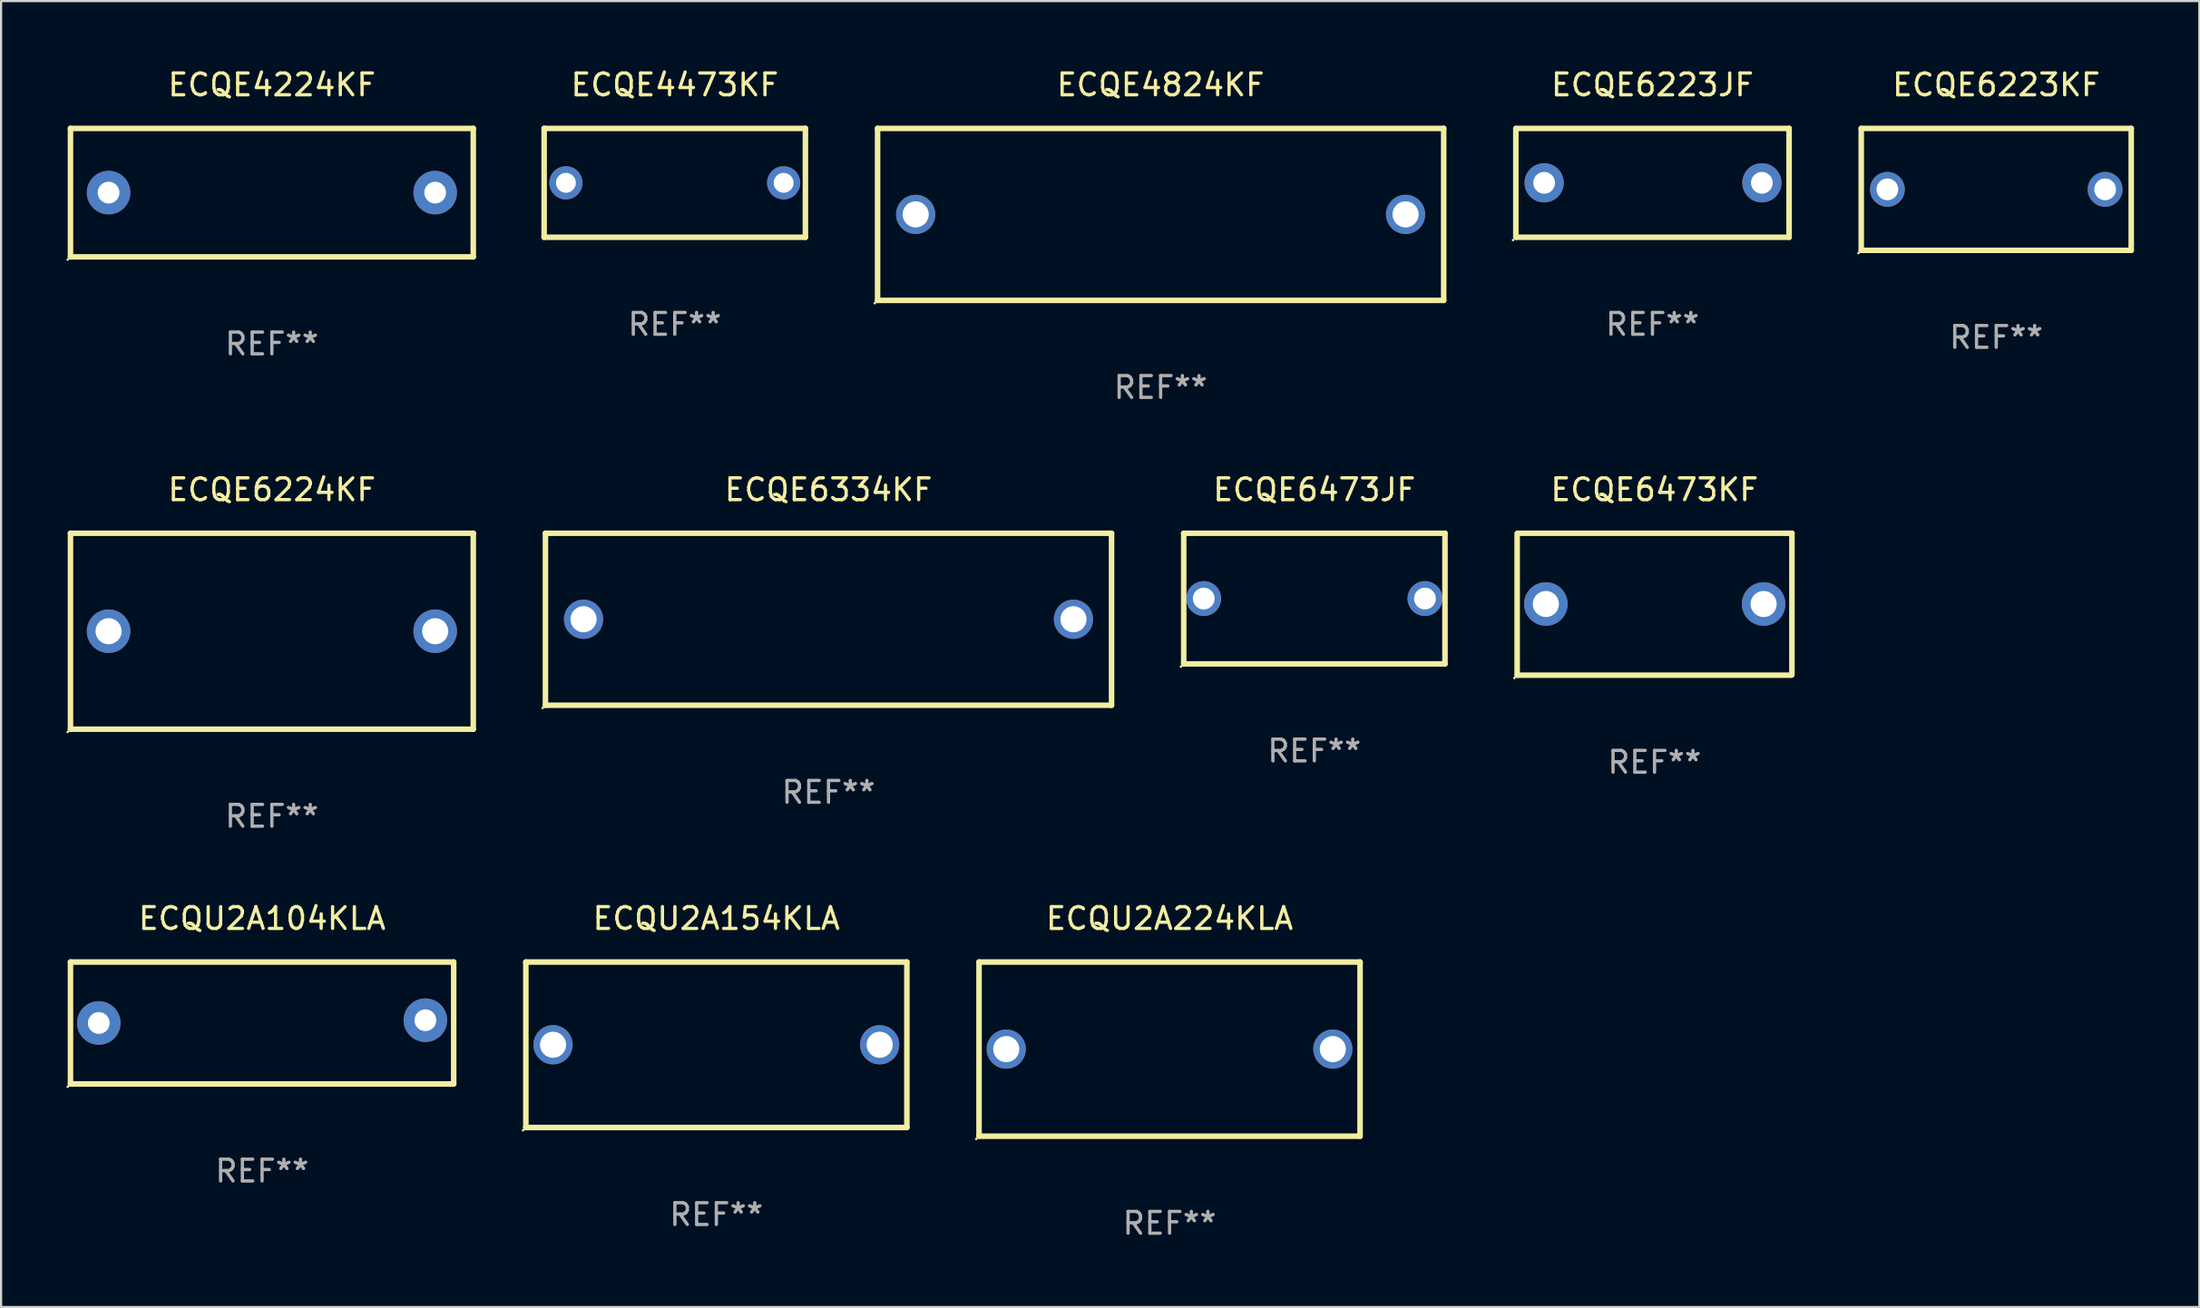
<source format=kicad_pcb>
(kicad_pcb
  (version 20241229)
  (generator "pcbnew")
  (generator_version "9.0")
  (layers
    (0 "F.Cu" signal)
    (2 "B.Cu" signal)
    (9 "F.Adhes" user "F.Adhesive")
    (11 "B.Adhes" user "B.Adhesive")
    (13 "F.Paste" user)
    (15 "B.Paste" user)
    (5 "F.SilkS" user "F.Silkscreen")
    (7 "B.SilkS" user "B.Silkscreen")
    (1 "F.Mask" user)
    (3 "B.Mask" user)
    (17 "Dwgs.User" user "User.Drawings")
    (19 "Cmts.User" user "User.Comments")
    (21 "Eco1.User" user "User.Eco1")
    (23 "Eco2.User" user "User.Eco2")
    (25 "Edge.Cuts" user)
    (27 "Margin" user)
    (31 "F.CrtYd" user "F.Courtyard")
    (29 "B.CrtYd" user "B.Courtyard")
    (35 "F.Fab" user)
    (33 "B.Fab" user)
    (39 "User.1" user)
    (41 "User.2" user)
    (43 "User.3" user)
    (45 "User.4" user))
  (footprint "ECQE6473KF"
    (layer "F.Cu")
    (at 72.939 24.705)
    (property "Reference" "ECQE6473KF" (at 0 -5.26 0) (layer "F.SilkS") (effects (font (size 1 1) (thickness 0.15))))
    (attr through_hole)
    (fp_line (start -6.31 3.26) (end -6.31 -3.24) (stroke (width 0.254) (type solid)) (layer "F.SilkS"))
    (fp_line (start -6.29 -3.26) (end 6.31 -3.26) (stroke (width 0.254) (type solid)) (layer "F.SilkS"))
    (fp_line (start 6.29 3.26) (end -6.31 3.26) (stroke (width 0.254) (type solid)) (layer "F.SilkS"))
    (fp_line (start 6.31 -3.26) (end 6.31 3.24) (stroke (width 0.254) (type solid)) (layer "F.SilkS"))
    (fp_circle (center -6.437 3.387) (end -6.407 3.387) (stroke (width 0.06) (type solid)) (fill no) (layer "F.SilkS"))
    (fp_text user "REF**" (at 0 7.26 0) (layer "F.Fab") (effects (font (size 1 1) (thickness 0.15))))
    (pad "1" thru_hole circle (at -4.99 -0.01) (size 2 2) (drill 1.2) (layers "*.Cu" "*.Mask"))
    (pad "2" thru_hole circle (at 5.01 -0.01) (size 2 2) (drill 1.2) (layers "*.Cu" "*.Mask")))
  (footprint "ECQE6334KF"
    (layer "F.Cu")
    (at 35.001 25.395)
    (property "Reference" "ECQE6334KF" (at 0 -5.95 0) (layer "F.SilkS") (effects (font (size 1 1) (thickness 0.15))))
    (attr through_hole)
    (fp_line (start -13 3.95) (end -13 -3.95) (stroke (width 0.254) (type solid)) (layer "F.SilkS"))
    (fp_line (start -13 -3.95) (end 13 -3.95) (stroke (width 0.254) (type solid)) (layer "F.SilkS"))
    (fp_line (start 13 3.95) (end -13 3.95) (stroke (width 0.254) (type solid)) (layer "F.SilkS"))
    (fp_line (start 13 -3.95) (end 13 3.95) (stroke (width 0.254) (type solid)) (layer "F.SilkS"))
    (fp_circle (center -13.127 4.077) (end -13.097 4.077) (stroke (width 0.06) (type solid)) (fill no) (layer "F.SilkS"))
    (fp_text user "REF**" (at 0 7.95 0) (layer "F.Fab") (effects (font (size 1 1) (thickness 0.15))))
    (pad "1" thru_hole circle (at -11.25 0) (size 1.8 1.8) (drill 1.2) (layers "*.Cu" "*.Mask"))
    (pad "2" thru_hole circle (at 11.25 0) (size 1.8 1.8) (drill 1.2) (layers "*.Cu" "*.Mask")))
  (footprint "ECQU2A224KLA"
    (layer "F.Cu")
    (at 50.665 45.141)
    (property "Reference" "ECQU2A224KLA" (at 0 -6 0) (layer "F.SilkS") (effects (font (size 1 1) (thickness 0.15))))
    (attr through_hole)
    (fp_line (start -8.75 -4) (end 8.75 -4) (stroke (width 0.254) (type solid)) (layer "F.SilkS"))
    (fp_line (start -8.75 4) (end -8.75 -4) (stroke (width 0.254) (type solid)) (layer "F.SilkS"))
    (fp_line (start 8.75 -4) (end 8.75 4) (stroke (width 0.254) (type solid)) (layer "F.SilkS"))
    (fp_line (start 8.75 4) (end -8.75 4) (stroke (width 0.254) (type solid)) (layer "F.SilkS"))
    (fp_circle (center -8.877 4.127) (end -8.847 4.127) (stroke (width 0.06) (type solid)) (fill no) (layer "F.SilkS"))
    (fp_text user "REF**" (at 0 8 0) (layer "F.Fab") (effects (font (size 1 1) (thickness 0.15))))
    (pad "1" thru_hole circle (at -7.5 0) (size 1.8 1.8) (drill 1.2) (layers "*.Cu" "*.Mask"))
    (pad "2" thru_hole circle (at 7.5 0) (size 1.8 1.8) (drill 1.2) (layers "*.Cu" "*.Mask")))
  (footprint "ECQE4824KF"
    (layer "F.Cu")
    (at 50.255 6.798)
    (property "Reference" "ECQE4824KF" (at 0 -5.95 0) (layer "F.SilkS") (effects (font (size 1 1) (thickness 0.15))))
    (attr through_hole)
    (fp_line (start -13 3.95) (end -13 -3.95) (stroke (width 0.254) (type solid)) (layer "F.SilkS"))
    (fp_line (start -13 -3.95) (end 13 -3.95) (stroke (width 0.254) (type solid)) (layer "F.SilkS"))
    (fp_line (start 13 3.95) (end -13 3.95) (stroke (width 0.254) (type solid)) (layer "F.SilkS"))
    (fp_line (start 13 -3.95) (end 13 3.95) (stroke (width 0.254) (type solid)) (layer "F.SilkS"))
    (fp_circle (center -13.127 4.077) (end -13.097 4.077) (stroke (width 0.06) (type solid)) (fill no) (layer "F.SilkS"))
    (fp_text user "REF**" (at 0 7.95 0) (layer "F.Fab") (effects (font (size 1 1) (thickness 0.15))))
    (pad "1" thru_hole circle (at -11.25 0) (size 1.8 1.8) (drill 1.2) (layers "*.Cu" "*.Mask"))
    (pad "2" thru_hole circle (at 11.25 0) (size 1.8 1.8) (drill 1.2) (layers "*.Cu" "*.Mask")))
  (footprint "ECQE6223JF"
    (layer "F.Cu")
    (at 72.844 5.348)
    (property "Reference" "ECQE6223JF" (at 0 -4.5 0) (layer "F.SilkS") (effects (font (size 1 1) (thickness 0.15))))
    (attr through_hole)
    (fp_line (start -6.275 -2.5) (end -6.275 2.5) (stroke (width 0.254) (type solid)) (layer "F.SilkS"))
    (fp_line (start -6.225 -2.5) (end 6.275 -2.5) (stroke (width 0.254) (type solid)) (layer "F.SilkS"))
    (fp_line (start -6.225 2.5) (end 6.275 2.5) (stroke (width 0.254) (type solid)) (layer "F.SilkS"))
    (fp_line (start 6.275 -2.5) (end 6.275 2.5) (stroke (width 0.254) (type solid)) (layer "F.SilkS"))
    (fp_circle (center -6.402 2.627) (end -6.372 2.627) (stroke (width 0.06) (type solid)) (fill no) (layer "F.SilkS"))
    (fp_text user "REF**" (at 0 6.5 0) (layer "F.Fab") (effects (font (size 1 1) (thickness 0.15))))
    (pad "1" thru_hole circle (at -4.975 0) (size 1.8 1.8) (drill 1) (layers "*.Cu" "*.Mask"))
    (pad "2" thru_hole circle (at 5.025 0) (size 1.8 1.8) (drill 1) (layers "*.Cu" "*.Mask")))
  (footprint "ECQU2A154KLA"
    (layer "F.Cu")
    (at 29.851 44.941)
    (property "Reference" "ECQU2A154KLA" (at 0 -5.8 0) (layer "F.SilkS") (effects (font (size 1 1) (thickness 0.15))))
    (attr through_hole)
    (fp_line (start -8.75 -3.8) (end 8.75 -3.8) (stroke (width 0.254) (type solid)) (layer "F.SilkS"))
    (fp_line (start -8.75 3.8) (end -8.75 -3.8) (stroke (width 0.254) (type solid)) (layer "F.SilkS"))
    (fp_line (start 8.75 -3.8) (end 8.75 3.8) (stroke (width 0.254) (type solid)) (layer "F.SilkS"))
    (fp_line (start 8.75 3.8) (end -8.75 3.8) (stroke (width 0.254) (type solid)) (layer "F.SilkS"))
    (fp_circle (center -8.877 3.927) (end -8.847 3.927) (stroke (width 0.06) (type solid)) (fill no) (layer "F.SilkS"))
    (fp_text user "REF**" (at 0 7.8 0) (layer "F.Fab") (effects (font (size 1 1) (thickness 0.15))))
    (pad "1" thru_hole circle (at -7.501 0) (size 1.8 1.8) (drill 1.2) (layers "*.Cu" "*.Mask"))
    (pad "2" thru_hole circle (at 7.501 0) (size 1.8 1.8) (drill 1.2) (layers "*.Cu" "*.Mask")))
  (footprint "ECQE6223KF"
    (layer "F.Cu")
    (at 88.633 5.648)
    (property "Reference" "ECQE6223KF" (at 0 -4.8 0) (layer "F.SilkS") (effects (font (size 1 1) (thickness 0.15))))
    (attr through_hole)
    (fp_line (start -6.2 -2.8) (end 6.2 -2.8) (stroke (width 0.254) (type solid)) (layer "F.SilkS"))
    (fp_line (start -6.2 2.8) (end -6.2 -2.8) (stroke (width 0.254) (type solid)) (layer "F.SilkS"))
    (fp_line (start 6.2 -2.8) (end 6.2 2.8) (stroke (width 0.254) (type solid)) (layer "F.SilkS"))
    (fp_line (start 6.2 2.8) (end -6.2 2.8) (stroke (width 0.254) (type solid)) (layer "F.SilkS"))
    (fp_circle (center -6.327 2.927) (end -6.297 2.927) (stroke (width 0.06) (type solid)) (fill no) (layer "F.SilkS"))
    (fp_text user "REF**" (at 0 6.8 0) (layer "F.Fab") (effects (font (size 1 1) (thickness 0.15))))
    (pad "1" thru_hole circle (at -5 0) (size 1.6 1.6) (drill 1) (layers "*.Cu" "*.Mask"))
    (pad "2" thru_hole circle (at 5 0) (size 1.6 1.6) (drill 1) (layers "*.Cu" "*.Mask")))
  (footprint "ECQE4224KF"
    (layer "F.Cu")
    (at 9.437 5.798)
    (property "Reference" "ECQE4224KF" (at 0 -4.95 0) (layer "F.SilkS") (effects (font (size 1 1) (thickness 0.15))))
    (attr through_hole)
    (fp_line (start -9.25 -2.95) (end 9.25 -2.95) (stroke (width 0.254) (type solid)) (layer "F.SilkS"))
    (fp_line (start -9.25 2.95) (end -9.25 -2.95) (stroke (width 0.254) (type solid)) (layer "F.SilkS"))
    (fp_line (start 9.25 -2.95) (end 9.25 2.95) (stroke (width 0.254) (type solid)) (layer "F.SilkS"))
    (fp_line (start 9.25 2.95) (end -9.25 2.95) (stroke (width 0.254) (type solid)) (layer "F.SilkS"))
    (fp_circle (center -9.377 3.077) (end -9.347 3.077) (stroke (width 0.06) (type solid)) (fill no) (layer "F.SilkS"))
    (fp_text user "REF**" (at 0 6.95 0) (layer "F.Fab") (effects (font (size 1 1) (thickness 0.15))))
    (pad "1" thru_hole circle (at -7.5 0) (size 2 2) (drill 1) (layers "*.Cu" "*.Mask"))
    (pad "2" thru_hole circle (at 7.5 0) (size 2 2) (drill 1) (layers "*.Cu" "*.Mask")))
  (footprint "ECQE6224KF"
    (layer "F.Cu")
    (at 9.437 25.945)
    (property "Reference" "ECQE6224KF" (at 0 -6.5 0) (layer "F.SilkS") (effects (font (size 1 1) (thickness 0.15))))
    (attr through_hole)
    (fp_line (start -9.25 -4.5) (end 9.25 -4.5) (stroke (width 0.254) (type solid)) (layer "F.SilkS"))
    (fp_line (start -9.25 4.5) (end -9.25 -4.5) (stroke (width 0.254) (type solid)) (layer "F.SilkS"))
    (fp_line (start 9.25 -4.5) (end 9.25 4.5) (stroke (width 0.254) (type solid)) (layer "F.SilkS"))
    (fp_line (start 9.25 4.5) (end -9.25 4.5) (stroke (width 0.254) (type solid)) (layer "F.SilkS"))
    (fp_circle (center -9.377 4.627) (end -9.347 4.627) (stroke (width 0.06) (type solid)) (fill no) (layer "F.SilkS"))
    (fp_text user "REF**" (at 0 8.5 0) (layer "F.Fab") (effects (font (size 1 1) (thickness 0.15))))
    (pad "1" thru_hole circle (at -7.5 0) (size 2 2) (drill 1.2) (layers "*.Cu" "*.Mask"))
    (pad "2" thru_hole circle (at 7.5 0) (size 2 2) (drill 1.2) (layers "*.Cu" "*.Mask")))
  (footprint "ECQU2A104KLA"
    (layer "F.Cu")
    (at 8.987 43.941)
    (property "Reference" "ECQU2A104KLA" (at 0 -4.8 0) (layer "F.SilkS") (effects (font (size 1 1) (thickness 0.15))))
    (attr through_hole)
    (fp_line (start -8.8 -2.8) (end 8.8 -2.8) (stroke (width 0.254) (type solid)) (layer "F.SilkS"))
    (fp_line (start -8.8 2.8) (end -8.8 -2.8) (stroke (width 0.254) (type solid)) (layer "F.SilkS"))
    (fp_line (start 8.8 -2.8) (end 8.8 2.8) (stroke (width 0.254) (type solid)) (layer "F.SilkS"))
    (fp_line (start 8.8 2.8) (end -8.8 2.8) (stroke (width 0.254) (type solid)) (layer "F.SilkS"))
    (fp_circle (center -8.927 2.927) (end -8.897 2.927) (stroke (width 0.06) (type solid)) (fill no) (layer "F.SilkS"))
    (fp_text user "REF**" (at 0 6.8 0) (layer "F.Fab") (effects (font (size 1 1) (thickness 0.15))))
    (pad "1" thru_hole circle (at -7.5 0) (size 2 2) (drill 1) (layers "*.Cu" "*.Mask"))
    (pad "2" thru_hole circle (at 7.5 -0.127) (size 2 2) (drill 1) (layers "*.Cu" "*.Mask")))
  (footprint "ECQE6473JF"
    (layer "F.Cu")
    (at 57.315 24.445)
    (property "Reference" "ECQE6473JF" (at 0 -5 0) (layer "F.SilkS") (effects (font (size 1 1) (thickness 0.15))))
    (attr through_hole)
    (fp_line (start -6 -3) (end 6 -3) (stroke (width 0.254) (type solid)) (layer "F.SilkS"))
    (fp_line (start -6 3) (end -6 -3) (stroke (width 0.254) (type solid)) (layer "F.SilkS"))
    (fp_line (start 6 -3) (end 6 3) (stroke (width 0.254) (type solid)) (layer "F.SilkS"))
    (fp_line (start 6 3) (end -6 3) (stroke (width 0.254) (type solid)) (layer "F.SilkS"))
    (fp_circle (center -6.127 3.127) (end -6.097 3.127) (stroke (width 0.06) (type solid)) (fill no) (layer "F.SilkS"))
    (fp_text user "REF**" (at 0 7 0) (layer "F.Fab") (effects (font (size 1 1) (thickness 0.15))))
    (pad "1" thru_hole circle (at -5.08 0) (size 1.6 1.6) (drill 1) (layers "*.Cu" "*.Mask"))
    (pad "2" thru_hole circle (at 5.08 0) (size 1.6 1.6) (drill 1) (layers "*.Cu" "*.Mask")))
  (footprint "ECQE4473KF"
    (layer "F.Cu")
    (at 27.941 5.348)
    (property "Reference" "ECQE4473KF" (at 0 -4.5 0) (layer "F.SilkS") (effects (font (size 1 1) (thickness 0.15))))
    (attr through_hole)
    (fp_line (start -6 -2.5) (end 6 -2.5) (stroke (width 0.254) (type solid)) (layer "F.SilkS"))
    (fp_line (start -6 2.5) (end -6 -2.5) (stroke (width 0.254) (type solid)) (layer "F.SilkS"))
    (fp_line (start 6 -2.5) (end 6 2.5) (stroke (width 0.254) (type solid)) (layer "F.SilkS"))
    (fp_line (start 6 2.5) (end -6 2.5) (stroke (width 0.254) (type solid)) (layer "F.SilkS"))
    (fp_circle (center -6 2.5) (end -5.97 2.5) (stroke (width 0.06) (type solid)) (fill no) (layer "F.SilkS"))
    (fp_text user "REF**" (at 0 6.5 0) (layer "F.Fab") (effects (font (size 1 1) (thickness 0.15))))
    (pad "1" thru_hole circle (at -5 0) (size 1.524 1.524) (drill 0.914) (layers "*.Cu" "*.Mask"))
    (pad "2" thru_hole circle (at 5 0) (size 1.524 1.524) (drill 0.914) (layers "*.Cu" "*.Mask")))
  (gr_rect
    (start -3 -3)
    (end 97.96 56.99)
    (stroke (width 0.1) (type default))
    (fill no)
    (layer "Edge.Cuts")))
</source>
